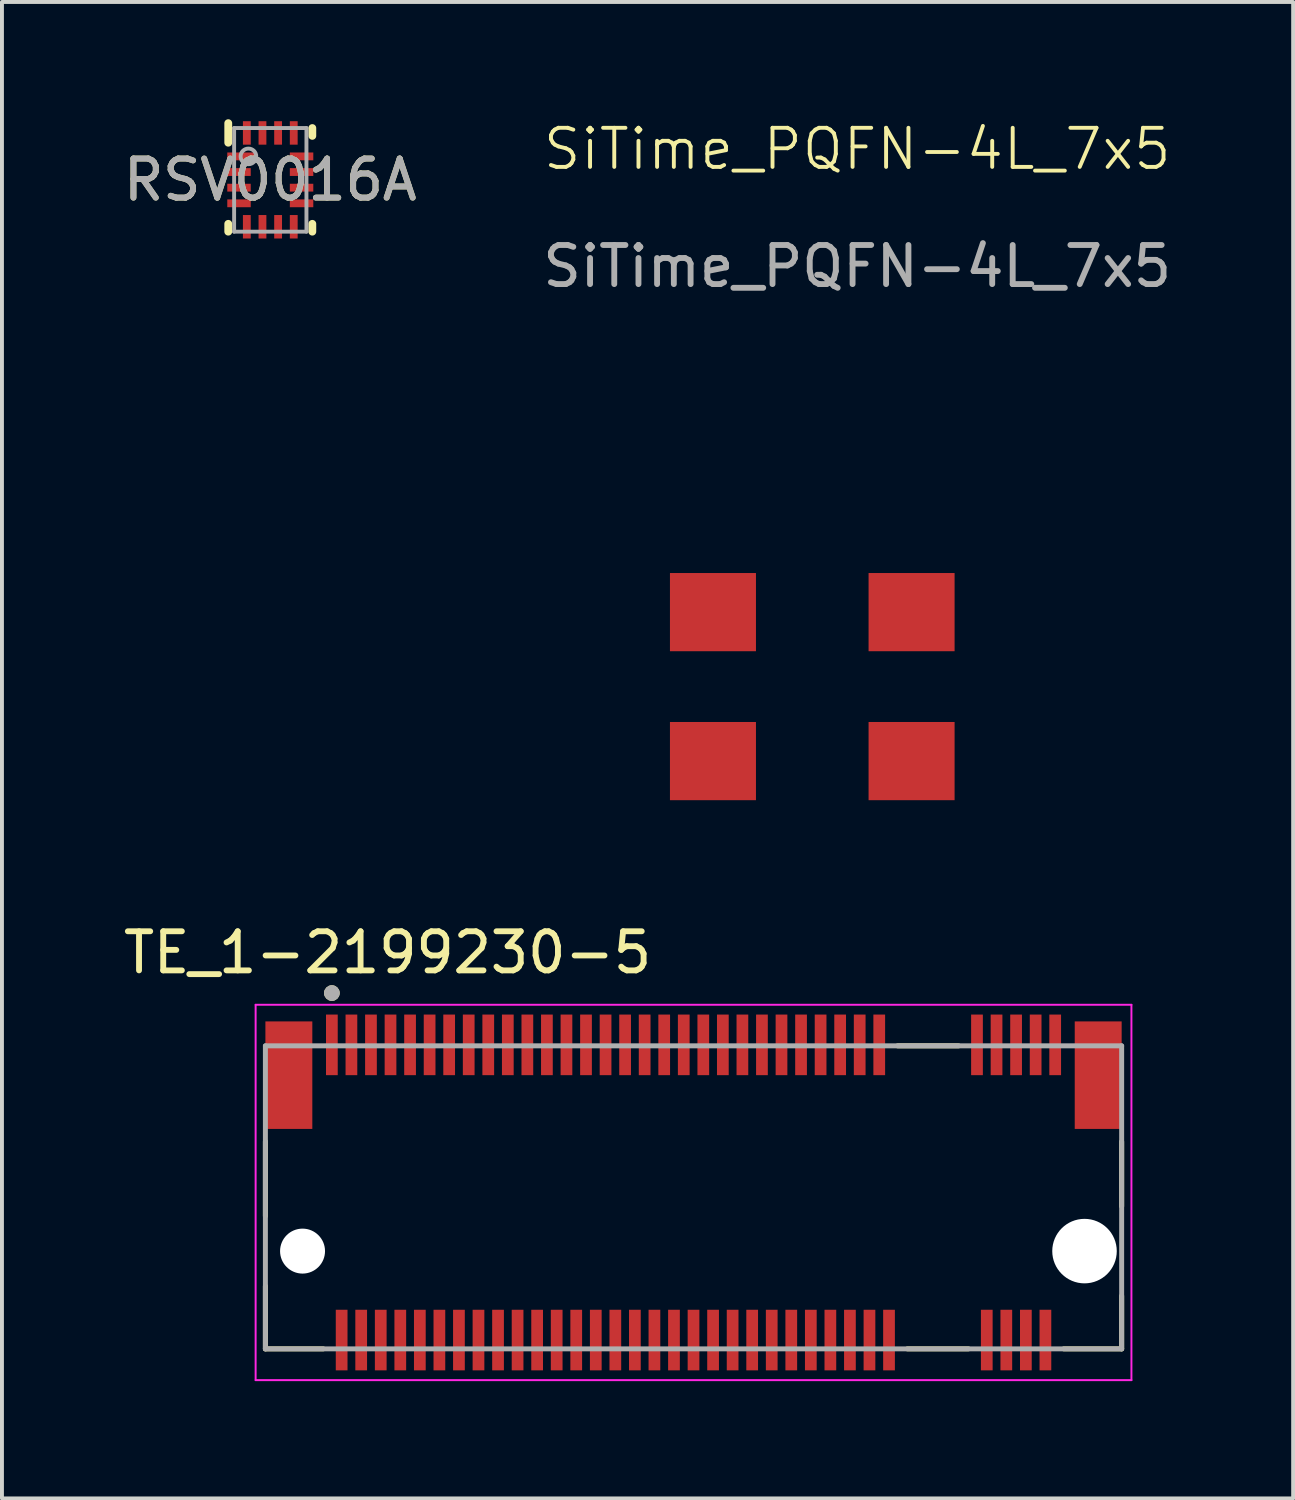
<source format=kicad_pcb>
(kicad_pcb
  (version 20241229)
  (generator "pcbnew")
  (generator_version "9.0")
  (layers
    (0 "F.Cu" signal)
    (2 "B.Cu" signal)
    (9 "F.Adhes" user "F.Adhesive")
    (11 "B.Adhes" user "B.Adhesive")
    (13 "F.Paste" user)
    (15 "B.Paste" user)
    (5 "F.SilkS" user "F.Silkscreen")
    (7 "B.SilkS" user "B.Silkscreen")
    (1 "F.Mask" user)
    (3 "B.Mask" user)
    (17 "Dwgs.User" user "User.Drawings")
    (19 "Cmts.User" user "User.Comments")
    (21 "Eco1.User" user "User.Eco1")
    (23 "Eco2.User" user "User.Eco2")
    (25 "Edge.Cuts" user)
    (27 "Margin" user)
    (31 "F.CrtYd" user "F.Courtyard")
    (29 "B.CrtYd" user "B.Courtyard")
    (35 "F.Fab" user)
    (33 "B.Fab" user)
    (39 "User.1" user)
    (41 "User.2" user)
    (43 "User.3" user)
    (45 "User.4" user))
  (footprint "TE_1-2199230-5"
    (layer "F.Cu")
    (at 14.688 28.949)
    (property "Reference" "TE_1-2199230-5" (at -7.825 -7.635 0) (layer "F.SilkS") (effects (font (size 1 1) (thickness 0.15))))
    (attr smd)
    (fp_line (start -10.95 -2.805) (end -10.95 -0.895) (stroke (width 0.127) (type solid)) (layer "F.SilkS"))
    (fp_line (start -10.95 0.895) (end -10.95 2.5) (stroke (width 0.127) (type solid)) (layer "F.SilkS"))
    (fp_line (start -10.95 2.5) (end -9.47 2.5) (stroke (width 0.127) (type solid)) (layer "F.SilkS"))
    (fp_line (start 5.22 -5.25) (end 6.78 -5.25) (stroke (width 0.127) (type solid)) (layer "F.SilkS"))
    (fp_line (start 5.47 2.5) (end 7.03 2.5) (stroke (width 0.127) (type solid)) (layer "F.SilkS"))
    (fp_line (start 9.47 2.5) (end 10.95 2.5) (stroke (width 0.127) (type solid)) (layer "F.SilkS"))
    (fp_line (start 10.95 -1.145) (end 10.95 -2.8) (stroke (width 0.127) (type solid)) (layer "F.SilkS"))
    (fp_line (start 10.95 2.5) (end 10.95 1.145) (stroke (width 0.127) (type solid)) (layer "F.SilkS"))
    (fp_circle (center -9.25 -6.6) (end -9.15 -6.6) (stroke (width 0.2) (type solid)) (fill no) (layer "F.SilkS"))
    (fp_line (start -11.2 -6.3) (end -11.2 3.3) (stroke (width 0.05) (type solid)) (layer "F.CrtYd"))
    (fp_line (start -11.2 3.3) (end 11.2 3.3) (stroke (width 0.05) (type solid)) (layer "F.CrtYd"))
    (fp_line (start 11.2 -6.3) (end -11.2 -6.3) (stroke (width 0.05) (type solid)) (layer "F.CrtYd"))
    (fp_line (start 11.2 3.3) (end 11.2 -6.3) (stroke (width 0.05) (type solid)) (layer "F.CrtYd"))
    (fp_line (start -10.95 -5.25) (end 10.95 -5.25) (stroke (width 0.127) (type solid)) (layer "F.Fab"))
    (fp_line (start -10.95 2.5) (end -10.95 -5.25) (stroke (width 0.127) (type solid)) (layer "F.Fab"))
    (fp_line (start 10.95 -5.25) (end 10.95 2.5) (stroke (width 0.127) (type solid)) (layer "F.Fab"))
    (fp_line (start 10.95 2.5) (end -10.95 2.5) (stroke (width 0.127) (type solid)) (layer "F.Fab"))
    (fp_circle (center -9.25 -6.6) (end -9.15 -6.6) (stroke (width 0.2) (type solid)) (fill no) (layer "F.Fab"))
    (pad "" np_thru_hole circle (at -10 0) (size 1.15 1.15) (drill 1.15) (layers "*.Cu" "*.Mask"))
    (pad "" np_thru_hole circle (at 10 0) (size 1.65 1.65) (drill 1.65) (layers "*.Cu" "*.Mask"))
    (pad "1" smd rect (at -9.25 -5.275) (size 0.3 1.55) (layers "F.Cu" "F.Mask" "F.Paste"))
    (pad "2" smd rect (at -9 2.275) (size 0.3 1.55) (layers "F.Cu" "F.Mask" "F.Paste"))
    (pad "3" smd rect (at -8.75 -5.275) (size 0.3 1.55) (layers "F.Cu" "F.Mask" "F.Paste"))
    (pad "4" smd rect (at -8.5 2.275) (size 0.3 1.55) (layers "F.Cu" "F.Mask" "F.Paste"))
    (pad "5" smd rect (at -8.25 -5.275) (size 0.3 1.55) (layers "F.Cu" "F.Mask" "F.Paste"))
    (pad "6" smd rect (at -8 2.275) (size 0.3 1.55) (layers "F.Cu" "F.Mask" "F.Paste"))
    (pad "7" smd rect (at -7.75 -5.275) (size 0.3 1.55) (layers "F.Cu" "F.Mask" "F.Paste"))
    (pad "8" smd rect (at -7.5 2.275) (size 0.3 1.55) (layers "F.Cu" "F.Mask" "F.Paste"))
    (pad "9" smd rect (at -7.25 -5.275) (size 0.3 1.55) (layers "F.Cu" "F.Mask" "F.Paste"))
    (pad "10" smd rect (at -7 2.275) (size 0.3 1.55) (layers "F.Cu" "F.Mask" "F.Paste"))
    (pad "11" smd rect (at -6.75 -5.275) (size 0.3 1.55) (layers "F.Cu" "F.Mask" "F.Paste"))
    (pad "12" smd rect (at -6.5 2.275) (size 0.3 1.55) (layers "F.Cu" "F.Mask" "F.Paste"))
    (pad "13" smd rect (at -6.25 -5.275) (size 0.3 1.55) (layers "F.Cu" "F.Mask" "F.Paste"))
    (pad "14" smd rect (at -6 2.275) (size 0.3 1.55) (layers "F.Cu" "F.Mask" "F.Paste"))
    (pad "15" smd rect (at -5.75 -5.275) (size 0.3 1.55) (layers "F.Cu" "F.Mask" "F.Paste"))
    (pad "16" smd rect (at -5.5 2.275) (size 0.3 1.55) (layers "F.Cu" "F.Mask" "F.Paste"))
    (pad "17" smd rect (at -5.25 -5.275) (size 0.3 1.55) (layers "F.Cu" "F.Mask" "F.Paste"))
    (pad "18" smd rect (at -5 2.275) (size 0.3 1.55) (layers "F.Cu" "F.Mask" "F.Paste"))
    (pad "19" smd rect (at -4.75 -5.275) (size 0.3 1.55) (layers "F.Cu" "F.Mask" "F.Paste"))
    (pad "20" smd rect (at -4.5 2.275) (size 0.3 1.55) (layers "F.Cu" "F.Mask" "F.Paste"))
    (pad "21" smd rect (at -4.25 -5.275) (size 0.3 1.55) (layers "F.Cu" "F.Mask" "F.Paste"))
    (pad "22" smd rect (at -4 2.275) (size 0.3 1.55) (layers "F.Cu" "F.Mask" "F.Paste"))
    (pad "23" smd rect (at -3.75 -5.275) (size 0.3 1.55) (layers "F.Cu" "F.Mask" "F.Paste"))
    (pad "24" smd rect (at -3.5 2.275) (size 0.3 1.55) (layers "F.Cu" "F.Mask" "F.Paste"))
    (pad "25" smd rect (at -3.25 -5.275) (size 0.3 1.55) (layers "F.Cu" "F.Mask" "F.Paste"))
    (pad "26" smd rect (at -3 2.275) (size 0.3 1.55) (layers "F.Cu" "F.Mask" "F.Paste"))
    (pad "27" smd rect (at -2.75 -5.275) (size 0.3 1.55) (layers "F.Cu" "F.Mask" "F.Paste"))
    (pad "28" smd rect (at -2.5 2.275) (size 0.3 1.55) (layers "F.Cu" "F.Mask" "F.Paste"))
    (pad "29" smd rect (at -2.25 -5.275) (size 0.3 1.55) (layers "F.Cu" "F.Mask" "F.Paste"))
    (pad "30" smd rect (at -2 2.275) (size 0.3 1.55) (layers "F.Cu" "F.Mask" "F.Paste"))
    (pad "31" smd rect (at -1.75 -5.275) (size 0.3 1.55) (layers "F.Cu" "F.Mask" "F.Paste"))
    (pad "32" smd rect (at -1.5 2.275) (size 0.3 1.55) (layers "F.Cu" "F.Mask" "F.Paste"))
    (pad "33" smd rect (at -1.25 -5.275) (size 0.3 1.55) (layers "F.Cu" "F.Mask" "F.Paste"))
    (pad "34" smd rect (at -1 2.275) (size 0.3 1.55) (layers "F.Cu" "F.Mask" "F.Paste"))
    (pad "35" smd rect (at -0.75 -5.275) (size 0.3 1.55) (layers "F.Cu" "F.Mask" "F.Paste"))
    (pad "36" smd rect (at -0.5 2.275) (size 0.3 1.55) (layers "F.Cu" "F.Mask" "F.Paste"))
    (pad "37" smd rect (at -0.25 -5.275) (size 0.3 1.55) (layers "F.Cu" "F.Mask" "F.Paste"))
    (pad "38" smd rect (at 0 2.275) (size 0.3 1.55) (layers "F.Cu" "F.Mask" "F.Paste"))
    (pad "39" smd rect (at 0.25 -5.275) (size 0.3 1.55) (layers "F.Cu" "F.Mask" "F.Paste"))
    (pad "40" smd rect (at 0.5 2.275) (size 0.3 1.55) (layers "F.Cu" "F.Mask" "F.Paste"))
    (pad "41" smd rect (at 0.75 -5.275) (size 0.3 1.55) (layers "F.Cu" "F.Mask" "F.Paste"))
    (pad "42" smd rect (at 1 2.275) (size 0.3 1.55) (layers "F.Cu" "F.Mask" "F.Paste"))
    (pad "43" smd rect (at 1.25 -5.275) (size 0.3 1.55) (layers "F.Cu" "F.Mask" "F.Paste"))
    (pad "44" smd rect (at 1.5 2.275) (size 0.3 1.55) (layers "F.Cu" "F.Mask" "F.Paste"))
    (pad "45" smd rect (at 1.75 -5.275) (size 0.3 1.55) (layers "F.Cu" "F.Mask" "F.Paste"))
    (pad "46" smd rect (at 2 2.275) (size 0.3 1.55) (layers "F.Cu" "F.Mask" "F.Paste"))
    (pad "47" smd rect (at 2.25 -5.275) (size 0.3 1.55) (layers "F.Cu" "F.Mask" "F.Paste"))
    (pad "48" smd rect (at 2.5 2.275) (size 0.3 1.55) (layers "F.Cu" "F.Mask" "F.Paste"))
    (pad "49" smd rect (at 2.75 -5.275) (size 0.3 1.55) (layers "F.Cu" "F.Mask" "F.Paste"))
    (pad "50" smd rect (at 3 2.275) (size 0.3 1.55) (layers "F.Cu" "F.Mask" "F.Paste"))
    (pad "51" smd rect (at 3.25 -5.275) (size 0.3 1.55) (layers "F.Cu" "F.Mask" "F.Paste"))
    (pad "52" smd rect (at 3.5 2.275) (size 0.3 1.55) (layers "F.Cu" "F.Mask" "F.Paste"))
    (pad "53" smd rect (at 3.75 -5.275) (size 0.3 1.55) (layers "F.Cu" "F.Mask" "F.Paste"))
    (pad "54" smd rect (at 4 2.275) (size 0.3 1.55) (layers "F.Cu" "F.Mask" "F.Paste"))
    (pad "55" smd rect (at 4.25 -5.275) (size 0.3 1.55) (layers "F.Cu" "F.Mask" "F.Paste"))
    (pad "56" smd rect (at 4.5 2.275) (size 0.3 1.55) (layers "F.Cu" "F.Mask" "F.Paste"))
    (pad "57" smd rect (at 4.75 -5.275) (size 0.3 1.55) (layers "F.Cu" "F.Mask" "F.Paste"))
    (pad "58" smd rect (at 5 2.275) (size 0.3 1.55) (layers "F.Cu" "F.Mask" "F.Paste"))
    (pad "67" smd rect (at 7.25 -5.275) (size 0.3 1.55) (layers "F.Cu" "F.Mask" "F.Paste"))
    (pad "68" smd rect (at 7.5 2.275) (size 0.3 1.55) (layers "F.Cu" "F.Mask" "F.Paste"))
    (pad "69" smd rect (at 7.75 -5.275) (size 0.3 1.55) (layers "F.Cu" "F.Mask" "F.Paste"))
    (pad "70" smd rect (at 8 2.275) (size 0.3 1.55) (layers "F.Cu" "F.Mask" "F.Paste"))
    (pad "71" smd rect (at 8.25 -5.275) (size 0.3 1.55) (layers "F.Cu" "F.Mask" "F.Paste"))
    (pad "72" smd rect (at 8.5 2.275) (size 0.3 1.55) (layers "F.Cu" "F.Mask" "F.Paste"))
    (pad "73" smd rect (at 8.75 -5.275) (size 0.3 1.55) (layers "F.Cu" "F.Mask" "F.Paste"))
    (pad "74" smd rect (at 9 2.275) (size 0.3 1.55) (layers "F.Cu" "F.Mask" "F.Paste"))
    (pad "75" smd rect (at 9.25 -5.275) (size 0.3 1.55) (layers "F.Cu" "F.Mask" "F.Paste"))
    (pad "S1" smd rect (at -10.35 -4.5) (size 1.2 2.75) (layers "F.Cu" "F.Mask" "F.Paste"))
    (pad "S2" smd rect (at 10.35 -4.5) (size 1.2 2.75) (layers "F.Cu" "F.Mask" "F.Paste")))
  (footprint "SiTime_PQFN-4L_7x5"
    (layer "F.Cu")
    (at 17.725 14.511)
    (property "Reference" "SiTime_PQFN-4L_7x5" (at 1.15 -13.75 0) (unlocked yes) (layer "F.SilkS") (effects (font (size 1 1) (thickness 0.1))))
    (attr smd)
    (fp_rect (start -3.64 -2.905) (end -1.44 -0.905) (stroke (width 0) (type solid)) (fill yes) (layer "F.Cu"))
    (fp_rect (start -3.64 0.905) (end -1.44 2.905) (stroke (width 0) (type solid)) (fill yes) (layer "F.Cu"))
    (fp_rect (start 1.44 -2.905) (end 3.64 -0.905) (stroke (width 0) (type solid)) (fill yes) (layer "F.Cu"))
    (fp_rect (start 1.44 0.905) (end 3.64 2.905) (stroke (width 0) (type solid)) (fill yes) (layer "F.Cu"))
    (fp_rect (start -3.64 -2.905) (end -1.44 -0.905) (stroke (width 0.1) (type solid)) (fill yes) (layer "F.Mask"))
    (fp_rect (start -3.64 0.905) (end -1.44 2.905) (stroke (width 0.1) (type solid)) (fill yes) (layer "F.Mask"))
    (fp_rect (start 1.44 -2.905) (end 3.64 -0.905) (stroke (width 0.1) (type solid)) (fill yes) (layer "F.Mask"))
    (fp_rect (start 1.44 0.905) (end 3.64 2.905) (stroke (width 0.1) (type solid)) (fill yes) (layer "F.Mask"))
    (fp_text user "${REFERENCE}" (at 1.15 -10.75 0) (unlocked yes) (layer "F.Fab") (effects (font (size 1 1) (thickness 0.15)))))
  (footprint "RSV0016A"
    (layer "F.Cu")
    (at 3.863 1.55)
    (property "Reference" "RSV0016A" (at 0 0 0) (unlocked yes) (layer "F.SilkS") (effects (font (size 1 1) (thickness 0.15))))
    (attr smd)
    (fp_line (start -1.075 -0.95) (end -1.075 -1.45) (stroke (width 0.2) (type solid)) (layer "F.SilkS"))
    (fp_line (start -1.075 1.325) (end -1.075 1.125) (stroke (width 0.2) (type solid)) (layer "F.SilkS"))
    (fp_line (start 1.075 -1.125) (end 1.075 -1.325) (stroke (width 0.2) (type solid)) (layer "F.SilkS"))
    (fp_line (start 1.075 1.325) (end 1.075 1.125) (stroke (width 0.2) (type solid)) (layer "F.SilkS"))
    (fp_line (start -0.925 -1.325) (end 0.925 -1.325) (stroke (width 0.1) (type solid)) (layer "F.Fab"))
    (fp_line (start -0.925 1.325) (end -0.925 -1.325) (stroke (width 0.1) (type solid)) (layer "F.Fab"))
    (fp_line (start -0.925 1.325) (end 0.925 1.325) (stroke (width 0.1) (type solid)) (layer "F.Fab"))
    (fp_line (start 0.925 1.325) (end 0.925 -1.325) (stroke (width 0.1) (type solid)) (layer "F.Fab"))
    (fp_circle (center -0.559 -0.6) (end -0.359 -0.6) (stroke (width 0.1) (type solid)) (fill no) (layer "F.Fab"))
    (fp_text user "${REFERENCE}" (at 0 0 0) (unlocked yes) (layer "F.Fab") (effects (font (size 1 1) (thickness 0.15))))
    (pad "1" smd rect (at -0.75 -0.6 90) (size 0.2 0.7) (layers "F.Cu" "F.Mask" "F.Paste"))
    (pad "2" smd rect (at -0.8 -0.2 90) (size 0.2 0.6) (layers "F.Cu" "F.Mask" "F.Paste"))
    (pad "3" smd rect (at -0.8 0.2 90) (size 0.2 0.6) (layers "F.Cu" "F.Mask" "F.Paste"))
    (pad "4" smd rect (at -0.8 0.6 90) (size 0.2 0.6) (layers "F.Cu" "F.Mask" "F.Paste"))
    (pad "5" smd rect (at -0.6 1.2) (size 0.2 0.6) (layers "F.Cu" "F.Mask" "F.Paste"))
    (pad "6" smd rect (at -0.2 1.2) (size 0.2 0.6) (layers "F.Cu" "F.Mask" "F.Paste"))
    (pad "7" smd rect (at 0.2 1.2) (size 0.2 0.6) (layers "F.Cu" "F.Mask" "F.Paste"))
    (pad "8" smd rect (at 0.6 1.2) (size 0.2 0.6) (layers "F.Cu" "F.Mask" "F.Paste"))
    (pad "9" smd rect (at 0.8 0.6 90) (size 0.2 0.6) (layers "F.Cu" "F.Mask" "F.Paste"))
    (pad "10" smd rect (at 0.8 0.2 90) (size 0.2 0.6) (layers "F.Cu" "F.Mask" "F.Paste"))
    (pad "11" smd rect (at 0.8 -0.2 90) (size 0.2 0.6) (layers "F.Cu" "F.Mask" "F.Paste"))
    (pad "12" smd rect (at 0.8 -0.6 90) (size 0.2 0.6) (layers "F.Cu" "F.Mask" "F.Paste"))
    (pad "13" smd rect (at 0.6 -1.2) (size 0.2 0.6) (layers "F.Cu" "F.Mask" "F.Paste"))
    (pad "14" smd rect (at 0.2 -1.2) (size 0.2 0.6) (layers "F.Cu" "F.Mask" "F.Paste"))
    (pad "15" smd rect (at -0.2 -1.2) (size 0.2 0.6) (layers "F.Cu" "F.Mask" "F.Paste"))
    (pad "16" smd rect (at -0.6 -1.2) (size 0.2 0.6) (layers "F.Cu" "F.Mask" "F.Paste")))
  (gr_rect
    (start -3 -3)
    (end 30.024 35.274)
    (stroke (width 0.1) (type default))
    (fill no)
    (layer "Edge.Cuts")))
</source>
